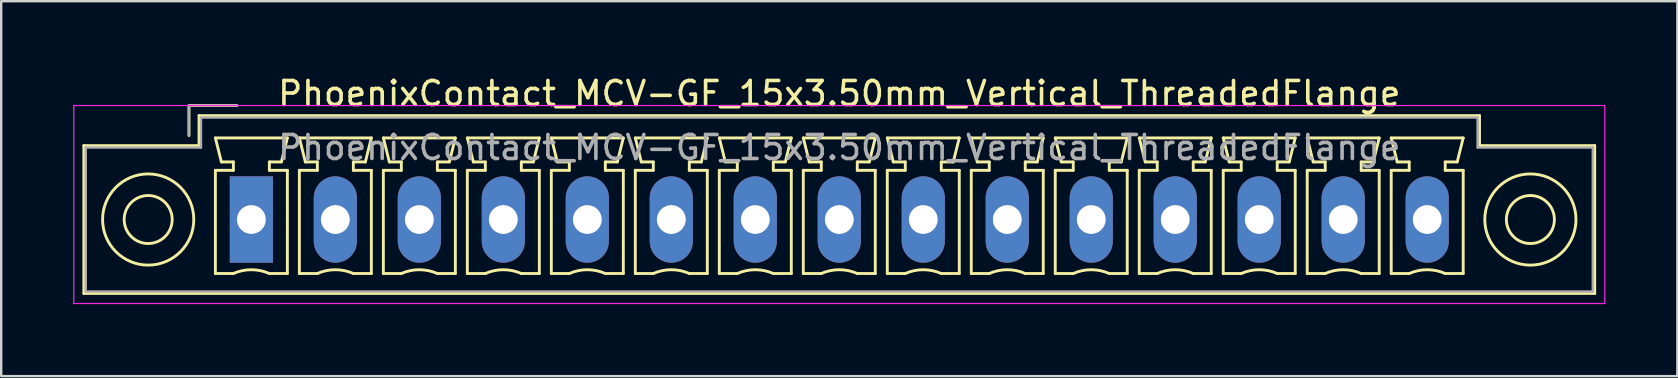
<source format=kicad_pcb>
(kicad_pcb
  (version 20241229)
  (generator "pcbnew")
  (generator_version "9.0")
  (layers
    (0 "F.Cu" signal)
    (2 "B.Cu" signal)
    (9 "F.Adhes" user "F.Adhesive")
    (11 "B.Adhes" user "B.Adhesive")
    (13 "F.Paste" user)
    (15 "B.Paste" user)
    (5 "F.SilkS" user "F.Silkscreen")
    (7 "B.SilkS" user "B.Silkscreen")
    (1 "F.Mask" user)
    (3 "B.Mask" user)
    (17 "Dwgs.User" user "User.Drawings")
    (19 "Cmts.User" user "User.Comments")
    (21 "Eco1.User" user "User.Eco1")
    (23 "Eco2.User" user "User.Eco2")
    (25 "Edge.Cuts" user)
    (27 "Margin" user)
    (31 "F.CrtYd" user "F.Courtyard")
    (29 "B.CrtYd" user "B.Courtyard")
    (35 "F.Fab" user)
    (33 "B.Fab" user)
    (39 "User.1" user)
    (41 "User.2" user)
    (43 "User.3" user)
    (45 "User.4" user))
  (footprint "PhoenixContact_MCV-GF_15x3.50mm_Vertical_ThreadedFlange"
    (layer "F.Cu")
    (at 7.425 6.098)
    (property "Reference" "PhoenixContact_MCV-GF_15x3.50mm_Vertical_ThreadedFlange" (at 24.5 -5.25 0) (layer "F.SilkS") (effects (font (size 1 1) (thickness 0.15))))
    (attr through_hole)
    (fp_line (start -6.98 -3.08) (end -6.98 3.08) (stroke (width 0.12) (type solid)) (layer "F.SilkS"))
    (fp_line (start -6.98 3.08) (end 55.98 3.08) (stroke (width 0.12) (type solid)) (layer "F.SilkS"))
    (fp_line (start -2.6 -4.75) (end -0.6 -4.75) (stroke (width 0.12) (type solid)) (layer "F.SilkS"))
    (fp_line (start -2.6 -3.5) (end -2.6 -4.75) (stroke (width 0.12) (type solid)) (layer "F.SilkS"))
    (fp_line (start -2.18 -4.33) (end -2.18 -3.08) (stroke (width 0.12) (type solid)) (layer "F.SilkS"))
    (fp_line (start -2.18 -3.08) (end -6.98 -3.08) (stroke (width 0.12) (type solid)) (layer "F.SilkS"))
    (fp_line (start -1.5 -3.4) (end 1.5 -3.4) (stroke (width 0.12) (type solid)) (layer "F.SilkS"))
    (fp_line (start -1.5 -2.05) (end -0.75 -2.05) (stroke (width 0.12) (type solid)) (layer "F.SilkS"))
    (fp_line (start -1.5 2.25) (end -1.5 -2.05) (stroke (width 0.12) (type solid)) (layer "F.SilkS"))
    (fp_line (start -1.25 -2.4) (end -1.5 -3.4) (stroke (width 0.12) (type solid)) (layer "F.SilkS"))
    (fp_line (start -0.75 -2.4) (end -1.25 -2.4) (stroke (width 0.12) (type solid)) (layer "F.SilkS"))
    (fp_line (start -0.75 -2.05) (end -0.75 -2.4) (stroke (width 0.12) (type solid)) (layer "F.SilkS"))
    (fp_line (start -0.75 2.25) (end -1.5 2.25) (stroke (width 0.12) (type solid)) (layer "F.SilkS"))
    (fp_line (start 0.75 -2.4) (end 0.75 -2.05) (stroke (width 0.12) (type solid)) (layer "F.SilkS"))
    (fp_line (start 0.75 -2.05) (end 1.5 -2.05) (stroke (width 0.12) (type solid)) (layer "F.SilkS"))
    (fp_line (start 1.25 -2.4) (end 0.75 -2.4) (stroke (width 0.12) (type solid)) (layer "F.SilkS"))
    (fp_line (start 1.5 -3.4) (end 1.25 -2.4) (stroke (width 0.12) (type solid)) (layer "F.SilkS"))
    (fp_line (start 1.5 -2.05) (end 1.5 2.25) (stroke (width 0.12) (type solid)) (layer "F.SilkS"))
    (fp_line (start 1.5 2.25) (end 0.75 2.25) (stroke (width 0.12) (type solid)) (layer "F.SilkS"))
    (fp_line (start 2 -3.4) (end 5 -3.4) (stroke (width 0.12) (type solid)) (layer "F.SilkS"))
    (fp_line (start 2 -2.05) (end 2.75 -2.05) (stroke (width 0.12) (type solid)) (layer "F.SilkS"))
    (fp_line (start 2 2.25) (end 2 -2.05) (stroke (width 0.12) (type solid)) (layer "F.SilkS"))
    (fp_line (start 2.25 -2.4) (end 2 -3.4) (stroke (width 0.12) (type solid)) (layer "F.SilkS"))
    (fp_line (start 2.75 -2.4) (end 2.25 -2.4) (stroke (width 0.12) (type solid)) (layer "F.SilkS"))
    (fp_line (start 2.75 -2.05) (end 2.75 -2.4) (stroke (width 0.12) (type solid)) (layer "F.SilkS"))
    (fp_line (start 2.75 2.25) (end 2 2.25) (stroke (width 0.12) (type solid)) (layer "F.SilkS"))
    (fp_line (start 4.25 -2.4) (end 4.25 -2.05) (stroke (width 0.12) (type solid)) (layer "F.SilkS"))
    (fp_line (start 4.25 -2.05) (end 5 -2.05) (stroke (width 0.12) (type solid)) (layer "F.SilkS"))
    (fp_line (start 4.75 -2.4) (end 4.25 -2.4) (stroke (width 0.12) (type solid)) (layer "F.SilkS"))
    (fp_line (start 5 -3.4) (end 4.75 -2.4) (stroke (width 0.12) (type solid)) (layer "F.SilkS"))
    (fp_line (start 5 -2.05) (end 5 2.25) (stroke (width 0.12) (type solid)) (layer "F.SilkS"))
    (fp_line (start 5 2.25) (end 4.25 2.25) (stroke (width 0.12) (type solid)) (layer "F.SilkS"))
    (fp_line (start 5.5 -3.4) (end 8.5 -3.4) (stroke (width 0.12) (type solid)) (layer "F.SilkS"))
    (fp_line (start 5.5 -2.05) (end 6.25 -2.05) (stroke (width 0.12) (type solid)) (layer "F.SilkS"))
    (fp_line (start 5.5 2.25) (end 5.5 -2.05) (stroke (width 0.12) (type solid)) (layer "F.SilkS"))
    (fp_line (start 5.75 -2.4) (end 5.5 -3.4) (stroke (width 0.12) (type solid)) (layer "F.SilkS"))
    (fp_line (start 6.25 -2.4) (end 5.75 -2.4) (stroke (width 0.12) (type solid)) (layer "F.SilkS"))
    (fp_line (start 6.25 -2.05) (end 6.25 -2.4) (stroke (width 0.12) (type solid)) (layer "F.SilkS"))
    (fp_line (start 6.25 2.25) (end 5.5 2.25) (stroke (width 0.12) (type solid)) (layer "F.SilkS"))
    (fp_line (start 7.75 -2.4) (end 7.75 -2.05) (stroke (width 0.12) (type solid)) (layer "F.SilkS"))
    (fp_line (start 7.75 -2.05) (end 8.5 -2.05) (stroke (width 0.12) (type solid)) (layer "F.SilkS"))
    (fp_line (start 8.25 -2.4) (end 7.75 -2.4) (stroke (width 0.12) (type solid)) (layer "F.SilkS"))
    (fp_line (start 8.5 -3.4) (end 8.25 -2.4) (stroke (width 0.12) (type solid)) (layer "F.SilkS"))
    (fp_line (start 8.5 -2.05) (end 8.5 2.25) (stroke (width 0.12) (type solid)) (layer "F.SilkS"))
    (fp_line (start 8.5 2.25) (end 7.75 2.25) (stroke (width 0.12) (type solid)) (layer "F.SilkS"))
    (fp_line (start 9 -3.4) (end 12 -3.4) (stroke (width 0.12) (type solid)) (layer "F.SilkS"))
    (fp_line (start 9 -2.05) (end 9.75 -2.05) (stroke (width 0.12) (type solid)) (layer "F.SilkS"))
    (fp_line (start 9 2.25) (end 9 -2.05) (stroke (width 0.12) (type solid)) (layer "F.SilkS"))
    (fp_line (start 9.25 -2.4) (end 9 -3.4) (stroke (width 0.12) (type solid)) (layer "F.SilkS"))
    (fp_line (start 9.75 -2.4) (end 9.25 -2.4) (stroke (width 0.12) (type solid)) (layer "F.SilkS"))
    (fp_line (start 9.75 -2.05) (end 9.75 -2.4) (stroke (width 0.12) (type solid)) (layer "F.SilkS"))
    (fp_line (start 9.75 2.25) (end 9 2.25) (stroke (width 0.12) (type solid)) (layer "F.SilkS"))
    (fp_line (start 11.25 -2.4) (end 11.25 -2.05) (stroke (width 0.12) (type solid)) (layer "F.SilkS"))
    (fp_line (start 11.25 -2.05) (end 12 -2.05) (stroke (width 0.12) (type solid)) (layer "F.SilkS"))
    (fp_line (start 11.75 -2.4) (end 11.25 -2.4) (stroke (width 0.12) (type solid)) (layer "F.SilkS"))
    (fp_line (start 12 -3.4) (end 11.75 -2.4) (stroke (width 0.12) (type solid)) (layer "F.SilkS"))
    (fp_line (start 12 -2.05) (end 12 2.25) (stroke (width 0.12) (type solid)) (layer "F.SilkS"))
    (fp_line (start 12 2.25) (end 11.25 2.25) (stroke (width 0.12) (type solid)) (layer "F.SilkS"))
    (fp_line (start 12.5 -3.4) (end 15.5 -3.4) (stroke (width 0.12) (type solid)) (layer "F.SilkS"))
    (fp_line (start 12.5 -2.05) (end 13.25 -2.05) (stroke (width 0.12) (type solid)) (layer "F.SilkS"))
    (fp_line (start 12.5 2.25) (end 12.5 -2.05) (stroke (width 0.12) (type solid)) (layer "F.SilkS"))
    (fp_line (start 12.75 -2.4) (end 12.5 -3.4) (stroke (width 0.12) (type solid)) (layer "F.SilkS"))
    (fp_line (start 13.25 -2.4) (end 12.75 -2.4) (stroke (width 0.12) (type solid)) (layer "F.SilkS"))
    (fp_line (start 13.25 -2.05) (end 13.25 -2.4) (stroke (width 0.12) (type solid)) (layer "F.SilkS"))
    (fp_line (start 13.25 2.25) (end 12.5 2.25) (stroke (width 0.12) (type solid)) (layer "F.SilkS"))
    (fp_line (start 14.75 -2.4) (end 14.75 -2.05) (stroke (width 0.12) (type solid)) (layer "F.SilkS"))
    (fp_line (start 14.75 -2.05) (end 15.5 -2.05) (stroke (width 0.12) (type solid)) (layer "F.SilkS"))
    (fp_line (start 15.25 -2.4) (end 14.75 -2.4) (stroke (width 0.12) (type solid)) (layer "F.SilkS"))
    (fp_line (start 15.5 -3.4) (end 15.25 -2.4) (stroke (width 0.12) (type solid)) (layer "F.SilkS"))
    (fp_line (start 15.5 -2.05) (end 15.5 2.25) (stroke (width 0.12) (type solid)) (layer "F.SilkS"))
    (fp_line (start 15.5 2.25) (end 14.75 2.25) (stroke (width 0.12) (type solid)) (layer "F.SilkS"))
    (fp_line (start 16 -3.4) (end 19 -3.4) (stroke (width 0.12) (type solid)) (layer "F.SilkS"))
    (fp_line (start 16 -2.05) (end 16.75 -2.05) (stroke (width 0.12) (type solid)) (layer "F.SilkS"))
    (fp_line (start 16 2.25) (end 16 -2.05) (stroke (width 0.12) (type solid)) (layer "F.SilkS"))
    (fp_line (start 16.25 -2.4) (end 16 -3.4) (stroke (width 0.12) (type solid)) (layer "F.SilkS"))
    (fp_line (start 16.75 -2.4) (end 16.25 -2.4) (stroke (width 0.12) (type solid)) (layer "F.SilkS"))
    (fp_line (start 16.75 -2.05) (end 16.75 -2.4) (stroke (width 0.12) (type solid)) (layer "F.SilkS"))
    (fp_line (start 16.75 2.25) (end 16 2.25) (stroke (width 0.12) (type solid)) (layer "F.SilkS"))
    (fp_line (start 18.25 -2.4) (end 18.25 -2.05) (stroke (width 0.12) (type solid)) (layer "F.SilkS"))
    (fp_line (start 18.25 -2.05) (end 19 -2.05) (stroke (width 0.12) (type solid)) (layer "F.SilkS"))
    (fp_line (start 18.75 -2.4) (end 18.25 -2.4) (stroke (width 0.12) (type solid)) (layer "F.SilkS"))
    (fp_line (start 19 -3.4) (end 18.75 -2.4) (stroke (width 0.12) (type solid)) (layer "F.SilkS"))
    (fp_line (start 19 -2.05) (end 19 2.25) (stroke (width 0.12) (type solid)) (layer "F.SilkS"))
    (fp_line (start 19 2.25) (end 18.25 2.25) (stroke (width 0.12) (type solid)) (layer "F.SilkS"))
    (fp_line (start 19.5 -3.4) (end 22.5 -3.4) (stroke (width 0.12) (type solid)) (layer "F.SilkS"))
    (fp_line (start 19.5 -2.05) (end 20.25 -2.05) (stroke (width 0.12) (type solid)) (layer "F.SilkS"))
    (fp_line (start 19.5 2.25) (end 19.5 -2.05) (stroke (width 0.12) (type solid)) (layer "F.SilkS"))
    (fp_line (start 19.75 -2.4) (end 19.5 -3.4) (stroke (width 0.12) (type solid)) (layer "F.SilkS"))
    (fp_line (start 20.25 -2.4) (end 19.75 -2.4) (stroke (width 0.12) (type solid)) (layer "F.SilkS"))
    (fp_line (start 20.25 -2.05) (end 20.25 -2.4) (stroke (width 0.12) (type solid)) (layer "F.SilkS"))
    (fp_line (start 20.25 2.25) (end 19.5 2.25) (stroke (width 0.12) (type solid)) (layer "F.SilkS"))
    (fp_line (start 21.75 -2.4) (end 21.75 -2.05) (stroke (width 0.12) (type solid)) (layer "F.SilkS"))
    (fp_line (start 21.75 -2.05) (end 22.5 -2.05) (stroke (width 0.12) (type solid)) (layer "F.SilkS"))
    (fp_line (start 22.25 -2.4) (end 21.75 -2.4) (stroke (width 0.12) (type solid)) (layer "F.SilkS"))
    (fp_line (start 22.5 -3.4) (end 22.25 -2.4) (stroke (width 0.12) (type solid)) (layer "F.SilkS"))
    (fp_line (start 22.5 -2.05) (end 22.5 2.25) (stroke (width 0.12) (type solid)) (layer "F.SilkS"))
    (fp_line (start 22.5 2.25) (end 21.75 2.25) (stroke (width 0.12) (type solid)) (layer "F.SilkS"))
    (fp_line (start 23 -3.4) (end 26 -3.4) (stroke (width 0.12) (type solid)) (layer "F.SilkS"))
    (fp_line (start 23 -2.05) (end 23.75 -2.05) (stroke (width 0.12) (type solid)) (layer "F.SilkS"))
    (fp_line (start 23 2.25) (end 23 -2.05) (stroke (width 0.12) (type solid)) (layer "F.SilkS"))
    (fp_line (start 23.25 -2.4) (end 23 -3.4) (stroke (width 0.12) (type solid)) (layer "F.SilkS"))
    (fp_line (start 23.75 -2.4) (end 23.25 -2.4) (stroke (width 0.12) (type solid)) (layer "F.SilkS"))
    (fp_line (start 23.75 -2.05) (end 23.75 -2.4) (stroke (width 0.12) (type solid)) (layer "F.SilkS"))
    (fp_line (start 23.75 2.25) (end 23 2.25) (stroke (width 0.12) (type solid)) (layer "F.SilkS"))
    (fp_line (start 25.25 -2.4) (end 25.25 -2.05) (stroke (width 0.12) (type solid)) (layer "F.SilkS"))
    (fp_line (start 25.25 -2.05) (end 26 -2.05) (stroke (width 0.12) (type solid)) (layer "F.SilkS"))
    (fp_line (start 25.75 -2.4) (end 25.25 -2.4) (stroke (width 0.12) (type solid)) (layer "F.SilkS"))
    (fp_line (start 26 -3.4) (end 25.75 -2.4) (stroke (width 0.12) (type solid)) (layer "F.SilkS"))
    (fp_line (start 26 -2.05) (end 26 2.25) (stroke (width 0.12) (type solid)) (layer "F.SilkS"))
    (fp_line (start 26 2.25) (end 25.25 2.25) (stroke (width 0.12) (type solid)) (layer "F.SilkS"))
    (fp_line (start 26.5 -3.4) (end 29.5 -3.4) (stroke (width 0.12) (type solid)) (layer "F.SilkS"))
    (fp_line (start 26.5 -2.05) (end 27.25 -2.05) (stroke (width 0.12) (type solid)) (layer "F.SilkS"))
    (fp_line (start 26.5 2.25) (end 26.5 -2.05) (stroke (width 0.12) (type solid)) (layer "F.SilkS"))
    (fp_line (start 26.75 -2.4) (end 26.5 -3.4) (stroke (width 0.12) (type solid)) (layer "F.SilkS"))
    (fp_line (start 27.25 -2.4) (end 26.75 -2.4) (stroke (width 0.12) (type solid)) (layer "F.SilkS"))
    (fp_line (start 27.25 -2.05) (end 27.25 -2.4) (stroke (width 0.12) (type solid)) (layer "F.SilkS"))
    (fp_line (start 27.25 2.25) (end 26.5 2.25) (stroke (width 0.12) (type solid)) (layer "F.SilkS"))
    (fp_line (start 28.75 -2.4) (end 28.75 -2.05) (stroke (width 0.12) (type solid)) (layer "F.SilkS"))
    (fp_line (start 28.75 -2.05) (end 29.5 -2.05) (stroke (width 0.12) (type solid)) (layer "F.SilkS"))
    (fp_line (start 29.25 -2.4) (end 28.75 -2.4) (stroke (width 0.12) (type solid)) (layer "F.SilkS"))
    (fp_line (start 29.5 -3.4) (end 29.25 -2.4) (stroke (width 0.12) (type solid)) (layer "F.SilkS"))
    (fp_line (start 29.5 -2.05) (end 29.5 2.25) (stroke (width 0.12) (type solid)) (layer "F.SilkS"))
    (fp_line (start 29.5 2.25) (end 28.75 2.25) (stroke (width 0.12) (type solid)) (layer "F.SilkS"))
    (fp_line (start 30 -3.4) (end 33 -3.4) (stroke (width 0.12) (type solid)) (layer "F.SilkS"))
    (fp_line (start 30 -2.05) (end 30.75 -2.05) (stroke (width 0.12) (type solid)) (layer "F.SilkS"))
    (fp_line (start 30 2.25) (end 30 -2.05) (stroke (width 0.12) (type solid)) (layer "F.SilkS"))
    (fp_line (start 30.25 -2.4) (end 30 -3.4) (stroke (width 0.12) (type solid)) (layer "F.SilkS"))
    (fp_line (start 30.75 -2.4) (end 30.25 -2.4) (stroke (width 0.12) (type solid)) (layer "F.SilkS"))
    (fp_line (start 30.75 -2.05) (end 30.75 -2.4) (stroke (width 0.12) (type solid)) (layer "F.SilkS"))
    (fp_line (start 30.75 2.25) (end 30 2.25) (stroke (width 0.12) (type solid)) (layer "F.SilkS"))
    (fp_line (start 32.25 -2.4) (end 32.25 -2.05) (stroke (width 0.12) (type solid)) (layer "F.SilkS"))
    (fp_line (start 32.25 -2.05) (end 33 -2.05) (stroke (width 0.12) (type solid)) (layer "F.SilkS"))
    (fp_line (start 32.75 -2.4) (end 32.25 -2.4) (stroke (width 0.12) (type solid)) (layer "F.SilkS"))
    (fp_line (start 33 -3.4) (end 32.75 -2.4) (stroke (width 0.12) (type solid)) (layer "F.SilkS"))
    (fp_line (start 33 -2.05) (end 33 2.25) (stroke (width 0.12) (type solid)) (layer "F.SilkS"))
    (fp_line (start 33 2.25) (end 32.25 2.25) (stroke (width 0.12) (type solid)) (layer "F.SilkS"))
    (fp_line (start 33.5 -3.4) (end 36.5 -3.4) (stroke (width 0.12) (type solid)) (layer "F.SilkS"))
    (fp_line (start 33.5 -2.05) (end 34.25 -2.05) (stroke (width 0.12) (type solid)) (layer "F.SilkS"))
    (fp_line (start 33.5 2.25) (end 33.5 -2.05) (stroke (width 0.12) (type solid)) (layer "F.SilkS"))
    (fp_line (start 33.75 -2.4) (end 33.5 -3.4) (stroke (width 0.12) (type solid)) (layer "F.SilkS"))
    (fp_line (start 34.25 -2.4) (end 33.75 -2.4) (stroke (width 0.12) (type solid)) (layer "F.SilkS"))
    (fp_line (start 34.25 -2.05) (end 34.25 -2.4) (stroke (width 0.12) (type solid)) (layer "F.SilkS"))
    (fp_line (start 34.25 2.25) (end 33.5 2.25) (stroke (width 0.12) (type solid)) (layer "F.SilkS"))
    (fp_line (start 35.75 -2.4) (end 35.75 -2.05) (stroke (width 0.12) (type solid)) (layer "F.SilkS"))
    (fp_line (start 35.75 -2.05) (end 36.5 -2.05) (stroke (width 0.12) (type solid)) (layer "F.SilkS"))
    (fp_line (start 36.25 -2.4) (end 35.75 -2.4) (stroke (width 0.12) (type solid)) (layer "F.SilkS"))
    (fp_line (start 36.5 -3.4) (end 36.25 -2.4) (stroke (width 0.12) (type solid)) (layer "F.SilkS"))
    (fp_line (start 36.5 -2.05) (end 36.5 2.25) (stroke (width 0.12) (type solid)) (layer "F.SilkS"))
    (fp_line (start 36.5 2.25) (end 35.75 2.25) (stroke (width 0.12) (type solid)) (layer "F.SilkS"))
    (fp_line (start 37 -3.4) (end 40 -3.4) (stroke (width 0.12) (type solid)) (layer "F.SilkS"))
    (fp_line (start 37 -2.05) (end 37.75 -2.05) (stroke (width 0.12) (type solid)) (layer "F.SilkS"))
    (fp_line (start 37 2.25) (end 37 -2.05) (stroke (width 0.12) (type solid)) (layer "F.SilkS"))
    (fp_line (start 37.25 -2.4) (end 37 -3.4) (stroke (width 0.12) (type solid)) (layer "F.SilkS"))
    (fp_line (start 37.75 -2.4) (end 37.25 -2.4) (stroke (width 0.12) (type solid)) (layer "F.SilkS"))
    (fp_line (start 37.75 -2.05) (end 37.75 -2.4) (stroke (width 0.12) (type solid)) (layer "F.SilkS"))
    (fp_line (start 37.75 2.25) (end 37 2.25) (stroke (width 0.12) (type solid)) (layer "F.SilkS"))
    (fp_line (start 39.25 -2.4) (end 39.25 -2.05) (stroke (width 0.12) (type solid)) (layer "F.SilkS"))
    (fp_line (start 39.25 -2.05) (end 40 -2.05) (stroke (width 0.12) (type solid)) (layer "F.SilkS"))
    (fp_line (start 39.75 -2.4) (end 39.25 -2.4) (stroke (width 0.12) (type solid)) (layer "F.SilkS"))
    (fp_line (start 40 -3.4) (end 39.75 -2.4) (stroke (width 0.12) (type solid)) (layer "F.SilkS"))
    (fp_line (start 40 -2.05) (end 40 2.25) (stroke (width 0.12) (type solid)) (layer "F.SilkS"))
    (fp_line (start 40 2.25) (end 39.25 2.25) (stroke (width 0.12) (type solid)) (layer "F.SilkS"))
    (fp_line (start 40.5 -3.4) (end 43.5 -3.4) (stroke (width 0.12) (type solid)) (layer "F.SilkS"))
    (fp_line (start 40.5 -2.05) (end 41.25 -2.05) (stroke (width 0.12) (type solid)) (layer "F.SilkS"))
    (fp_line (start 40.5 2.25) (end 40.5 -2.05) (stroke (width 0.12) (type solid)) (layer "F.SilkS"))
    (fp_line (start 40.75 -2.4) (end 40.5 -3.4) (stroke (width 0.12) (type solid)) (layer "F.SilkS"))
    (fp_line (start 41.25 -2.4) (end 40.75 -2.4) (stroke (width 0.12) (type solid)) (layer "F.SilkS"))
    (fp_line (start 41.25 -2.05) (end 41.25 -2.4) (stroke (width 0.12) (type solid)) (layer "F.SilkS"))
    (fp_line (start 41.25 2.25) (end 40.5 2.25) (stroke (width 0.12) (type solid)) (layer "F.SilkS"))
    (fp_line (start 42.75 -2.4) (end 42.75 -2.05) (stroke (width 0.12) (type solid)) (layer "F.SilkS"))
    (fp_line (start 42.75 -2.05) (end 43.5 -2.05) (stroke (width 0.12) (type solid)) (layer "F.SilkS"))
    (fp_line (start 43.25 -2.4) (end 42.75 -2.4) (stroke (width 0.12) (type solid)) (layer "F.SilkS"))
    (fp_line (start 43.5 -3.4) (end 43.25 -2.4) (stroke (width 0.12) (type solid)) (layer "F.SilkS"))
    (fp_line (start 43.5 -2.05) (end 43.5 2.25) (stroke (width 0.12) (type solid)) (layer "F.SilkS"))
    (fp_line (start 43.5 2.25) (end 42.75 2.25) (stroke (width 0.12) (type solid)) (layer "F.SilkS"))
    (fp_line (start 44 -3.4) (end 47 -3.4) (stroke (width 0.12) (type solid)) (layer "F.SilkS"))
    (fp_line (start 44 -2.05) (end 44.75 -2.05) (stroke (width 0.12) (type solid)) (layer "F.SilkS"))
    (fp_line (start 44 2.25) (end 44 -2.05) (stroke (width 0.12) (type solid)) (layer "F.SilkS"))
    (fp_line (start 44.25 -2.4) (end 44 -3.4) (stroke (width 0.12) (type solid)) (layer "F.SilkS"))
    (fp_line (start 44.75 -2.4) (end 44.25 -2.4) (stroke (width 0.12) (type solid)) (layer "F.SilkS"))
    (fp_line (start 44.75 -2.05) (end 44.75 -2.4) (stroke (width 0.12) (type solid)) (layer "F.SilkS"))
    (fp_line (start 44.75 2.25) (end 44 2.25) (stroke (width 0.12) (type solid)) (layer "F.SilkS"))
    (fp_line (start 46.25 -2.4) (end 46.25 -2.05) (stroke (width 0.12) (type solid)) (layer "F.SilkS"))
    (fp_line (start 46.25 -2.05) (end 47 -2.05) (stroke (width 0.12) (type solid)) (layer "F.SilkS"))
    (fp_line (start 46.75 -2.4) (end 46.25 -2.4) (stroke (width 0.12) (type solid)) (layer "F.SilkS"))
    (fp_line (start 47 -3.4) (end 46.75 -2.4) (stroke (width 0.12) (type solid)) (layer "F.SilkS"))
    (fp_line (start 47 -2.05) (end 47 2.25) (stroke (width 0.12) (type solid)) (layer "F.SilkS"))
    (fp_line (start 47 2.25) (end 46.25 2.25) (stroke (width 0.12) (type solid)) (layer "F.SilkS"))
    (fp_line (start 47.5 -3.4) (end 50.5 -3.4) (stroke (width 0.12) (type solid)) (layer "F.SilkS"))
    (fp_line (start 47.5 -2.05) (end 48.25 -2.05) (stroke (width 0.12) (type solid)) (layer "F.SilkS"))
    (fp_line (start 47.5 2.25) (end 47.5 -2.05) (stroke (width 0.12) (type solid)) (layer "F.SilkS"))
    (fp_line (start 47.75 -2.4) (end 47.5 -3.4) (stroke (width 0.12) (type solid)) (layer "F.SilkS"))
    (fp_line (start 48.25 -2.4) (end 47.75 -2.4) (stroke (width 0.12) (type solid)) (layer "F.SilkS"))
    (fp_line (start 48.25 -2.05) (end 48.25 -2.4) (stroke (width 0.12) (type solid)) (layer "F.SilkS"))
    (fp_line (start 48.25 2.25) (end 47.5 2.25) (stroke (width 0.12) (type solid)) (layer "F.SilkS"))
    (fp_line (start 49.75 -2.4) (end 49.75 -2.05) (stroke (width 0.12) (type solid)) (layer "F.SilkS"))
    (fp_line (start 49.75 -2.05) (end 50.5 -2.05) (stroke (width 0.12) (type solid)) (layer "F.SilkS"))
    (fp_line (start 50.25 -2.4) (end 49.75 -2.4) (stroke (width 0.12) (type solid)) (layer "F.SilkS"))
    (fp_line (start 50.5 -3.4) (end 50.25 -2.4) (stroke (width 0.12) (type solid)) (layer "F.SilkS"))
    (fp_line (start 50.5 -2.05) (end 50.5 2.25) (stroke (width 0.12) (type solid)) (layer "F.SilkS"))
    (fp_line (start 50.5 2.25) (end 49.75 2.25) (stroke (width 0.12) (type solid)) (layer "F.SilkS"))
    (fp_line (start 51.18 -4.33) (end -2.18 -4.33) (stroke (width 0.12) (type solid)) (layer "F.SilkS"))
    (fp_line (start 51.18 -3.08) (end 51.18 -4.33) (stroke (width 0.12) (type solid)) (layer "F.SilkS"))
    (fp_line (start 55.98 -3.08) (end 51.18 -3.08) (stroke (width 0.12) (type solid)) (layer "F.SilkS"))
    (fp_line (start 55.98 3.08) (end 55.98 -3.08) (stroke (width 0.12) (type solid)) (layer "F.SilkS"))
    (fp_arc (start -0.75 2.25) (mid -0.000193 2.09191) (end 0.749647 2.249844) (stroke (width 0.12) (type solid)) (layer "F.SilkS"))
    (fp_arc (start 2.75 2.25) (mid 3.499807 2.09191) (end 4.249647 2.249844) (stroke (width 0.12) (type solid)) (layer "F.SilkS"))
    (fp_arc (start 6.25 2.25) (mid 6.999807 2.09191) (end 7.749647 2.249844) (stroke (width 0.12) (type solid)) (layer "F.SilkS"))
    (fp_arc (start 9.75 2.25) (mid 10.499807 2.09191) (end 11.249647 2.249844) (stroke (width 0.12) (type solid)) (layer "F.SilkS"))
    (fp_arc (start 13.25 2.25) (mid 13.999807 2.09191) (end 14.749647 2.249844) (stroke (width 0.12) (type solid)) (layer "F.SilkS"))
    (fp_arc (start 16.75 2.25) (mid 17.499807 2.09191) (end 18.249647 2.249844) (stroke (width 0.12) (type solid)) (layer "F.SilkS"))
    (fp_arc (start 20.25 2.25) (mid 20.999807 2.09191) (end 21.749647 2.249844) (stroke (width 0.12) (type solid)) (layer "F.SilkS"))
    (fp_arc (start 23.75 2.25) (mid 24.499807 2.09191) (end 25.249647 2.249844) (stroke (width 0.12) (type solid)) (layer "F.SilkS"))
    (fp_arc (start 27.25 2.25) (mid 27.999807 2.09191) (end 28.749647 2.249844) (stroke (width 0.12) (type solid)) (layer "F.SilkS"))
    (fp_arc (start 30.75 2.25) (mid 31.499807 2.09191) (end 32.249647 2.249844) (stroke (width 0.12) (type solid)) (layer "F.SilkS"))
    (fp_arc (start 34.25 2.25) (mid 34.999807 2.09191) (end 35.749647 2.249844) (stroke (width 0.12) (type solid)) (layer "F.SilkS"))
    (fp_arc (start 37.75 2.25) (mid 38.499807 2.09191) (end 39.249647 2.249844) (stroke (width 0.12) (type solid)) (layer "F.SilkS"))
    (fp_arc (start 41.25 2.25) (mid 41.999807 2.09191) (end 42.749647 2.249844) (stroke (width 0.12) (type solid)) (layer "F.SilkS"))
    (fp_arc (start 44.75 2.25) (mid 45.499807 2.09191) (end 46.249647 2.249844) (stroke (width 0.12) (type solid)) (layer "F.SilkS"))
    (fp_arc (start 48.25 2.25) (mid 48.999807 2.09191) (end 49.749647 2.249844) (stroke (width 0.12) (type solid)) (layer "F.SilkS"))
    (fp_circle (center -4.3 0) (end -3.3 0) (stroke (width 0.12) (type solid)) (fill no) (layer "F.SilkS"))
    (fp_circle (center -4.3 0) (end -2.4 0) (stroke (width 0.12) (type solid)) (fill no) (layer "F.SilkS"))
    (fp_circle (center 53.3 0) (end 54.3 0) (stroke (width 0.12) (type solid)) (fill no) (layer "F.SilkS"))
    (fp_circle (center 53.3 0) (end 55.2 0) (stroke (width 0.12) (type solid)) (fill no) (layer "F.SilkS"))
    (fp_line (start -7.4 -4.75) (end -7.4 3.5) (stroke (width 0.05) (type solid)) (layer "F.CrtYd"))
    (fp_line (start -7.4 3.5) (end 56.4 3.5) (stroke (width 0.05) (type solid)) (layer "F.CrtYd"))
    (fp_line (start 56.4 -4.75) (end -7.4 -4.75) (stroke (width 0.05) (type solid)) (layer "F.CrtYd"))
    (fp_line (start 56.4 3.5) (end 56.4 -4.75) (stroke (width 0.05) (type solid)) (layer "F.CrtYd"))
    (fp_line (start -6.9 -3) (end -6.9 3) (stroke (width 0.1) (type solid)) (layer "F.Fab"))
    (fp_line (start -6.9 3) (end 55.9 3) (stroke (width 0.1) (type solid)) (layer "F.Fab"))
    (fp_line (start -2.6 -4.75) (end -0.6 -4.75) (stroke (width 0.1) (type solid)) (layer "F.Fab"))
    (fp_line (start -2.6 -3.5) (end -2.6 -4.75) (stroke (width 0.1) (type solid)) (layer "F.Fab"))
    (fp_line (start -2.1 -4.25) (end -2.1 -3) (stroke (width 0.1) (type solid)) (layer "F.Fab"))
    (fp_line (start -2.1 -3) (end -6.9 -3) (stroke (width 0.1) (type solid)) (layer "F.Fab"))
    (fp_line (start 51.1 -4.25) (end -2.1 -4.25) (stroke (width 0.1) (type solid)) (layer "F.Fab"))
    (fp_line (start 51.1 -3) (end 51.1 -4.25) (stroke (width 0.1) (type solid)) (layer "F.Fab"))
    (fp_line (start 55.9 -3) (end 51.1 -3) (stroke (width 0.1) (type solid)) (layer "F.Fab"))
    (fp_line (start 55.9 3) (end 55.9 -3) (stroke (width 0.1) (type solid)) (layer "F.Fab"))
    (fp_text user "${REFERENCE}" (at 24.5 -3 0) (layer "F.Fab") (effects (font (size 1 1) (thickness 0.15))))
    (pad "1" thru_hole rect (at 0 0) (size 1.8 3.6) (drill 1.2) (layers "*.Cu" "*.Mask"))
    (pad "2" thru_hole oval (at 3.5 0) (size 1.8 3.6) (drill 1.2) (layers "*.Cu" "*.Mask"))
    (pad "3" thru_hole oval (at 7 0) (size 1.8 3.6) (drill 1.2) (layers "*.Cu" "*.Mask"))
    (pad "4" thru_hole oval (at 10.5 0) (size 1.8 3.6) (drill 1.2) (layers "*.Cu" "*.Mask"))
    (pad "5" thru_hole oval (at 14 0) (size 1.8 3.6) (drill 1.2) (layers "*.Cu" "*.Mask"))
    (pad "6" thru_hole oval (at 17.5 0) (size 1.8 3.6) (drill 1.2) (layers "*.Cu" "*.Mask"))
    (pad "7" thru_hole oval (at 21 0) (size 1.8 3.6) (drill 1.2) (layers "*.Cu" "*.Mask"))
    (pad "8" thru_hole oval (at 24.5 0) (size 1.8 3.6) (drill 1.2) (layers "*.Cu" "*.Mask"))
    (pad "9" thru_hole oval (at 28 0) (size 1.8 3.6) (drill 1.2) (layers "*.Cu" "*.Mask"))
    (pad "10" thru_hole oval (at 31.5 0) (size 1.8 3.6) (drill 1.2) (layers "*.Cu" "*.Mask"))
    (pad "11" thru_hole oval (at 35 0) (size 1.8 3.6) (drill 1.2) (layers "*.Cu" "*.Mask"))
    (pad "12" thru_hole oval (at 38.5 0) (size 1.8 3.6) (drill 1.2) (layers "*.Cu" "*.Mask"))
    (pad "13" thru_hole oval (at 42 0) (size 1.8 3.6) (drill 1.2) (layers "*.Cu" "*.Mask"))
    (pad "14" thru_hole oval (at 45.5 0) (size 1.8 3.6) (drill 1.2) (layers "*.Cu" "*.Mask"))
    (pad "15" thru_hole oval (at 49 0) (size 1.8 3.6) (drill 1.2) (layers "*.Cu" "*.Mask")))
  (gr_rect
    (start -3 -3)
    (end 66.85 12.623)
    (stroke (width 0.1) (type default))
    (fill no)
    (layer "Edge.Cuts")))
</source>
